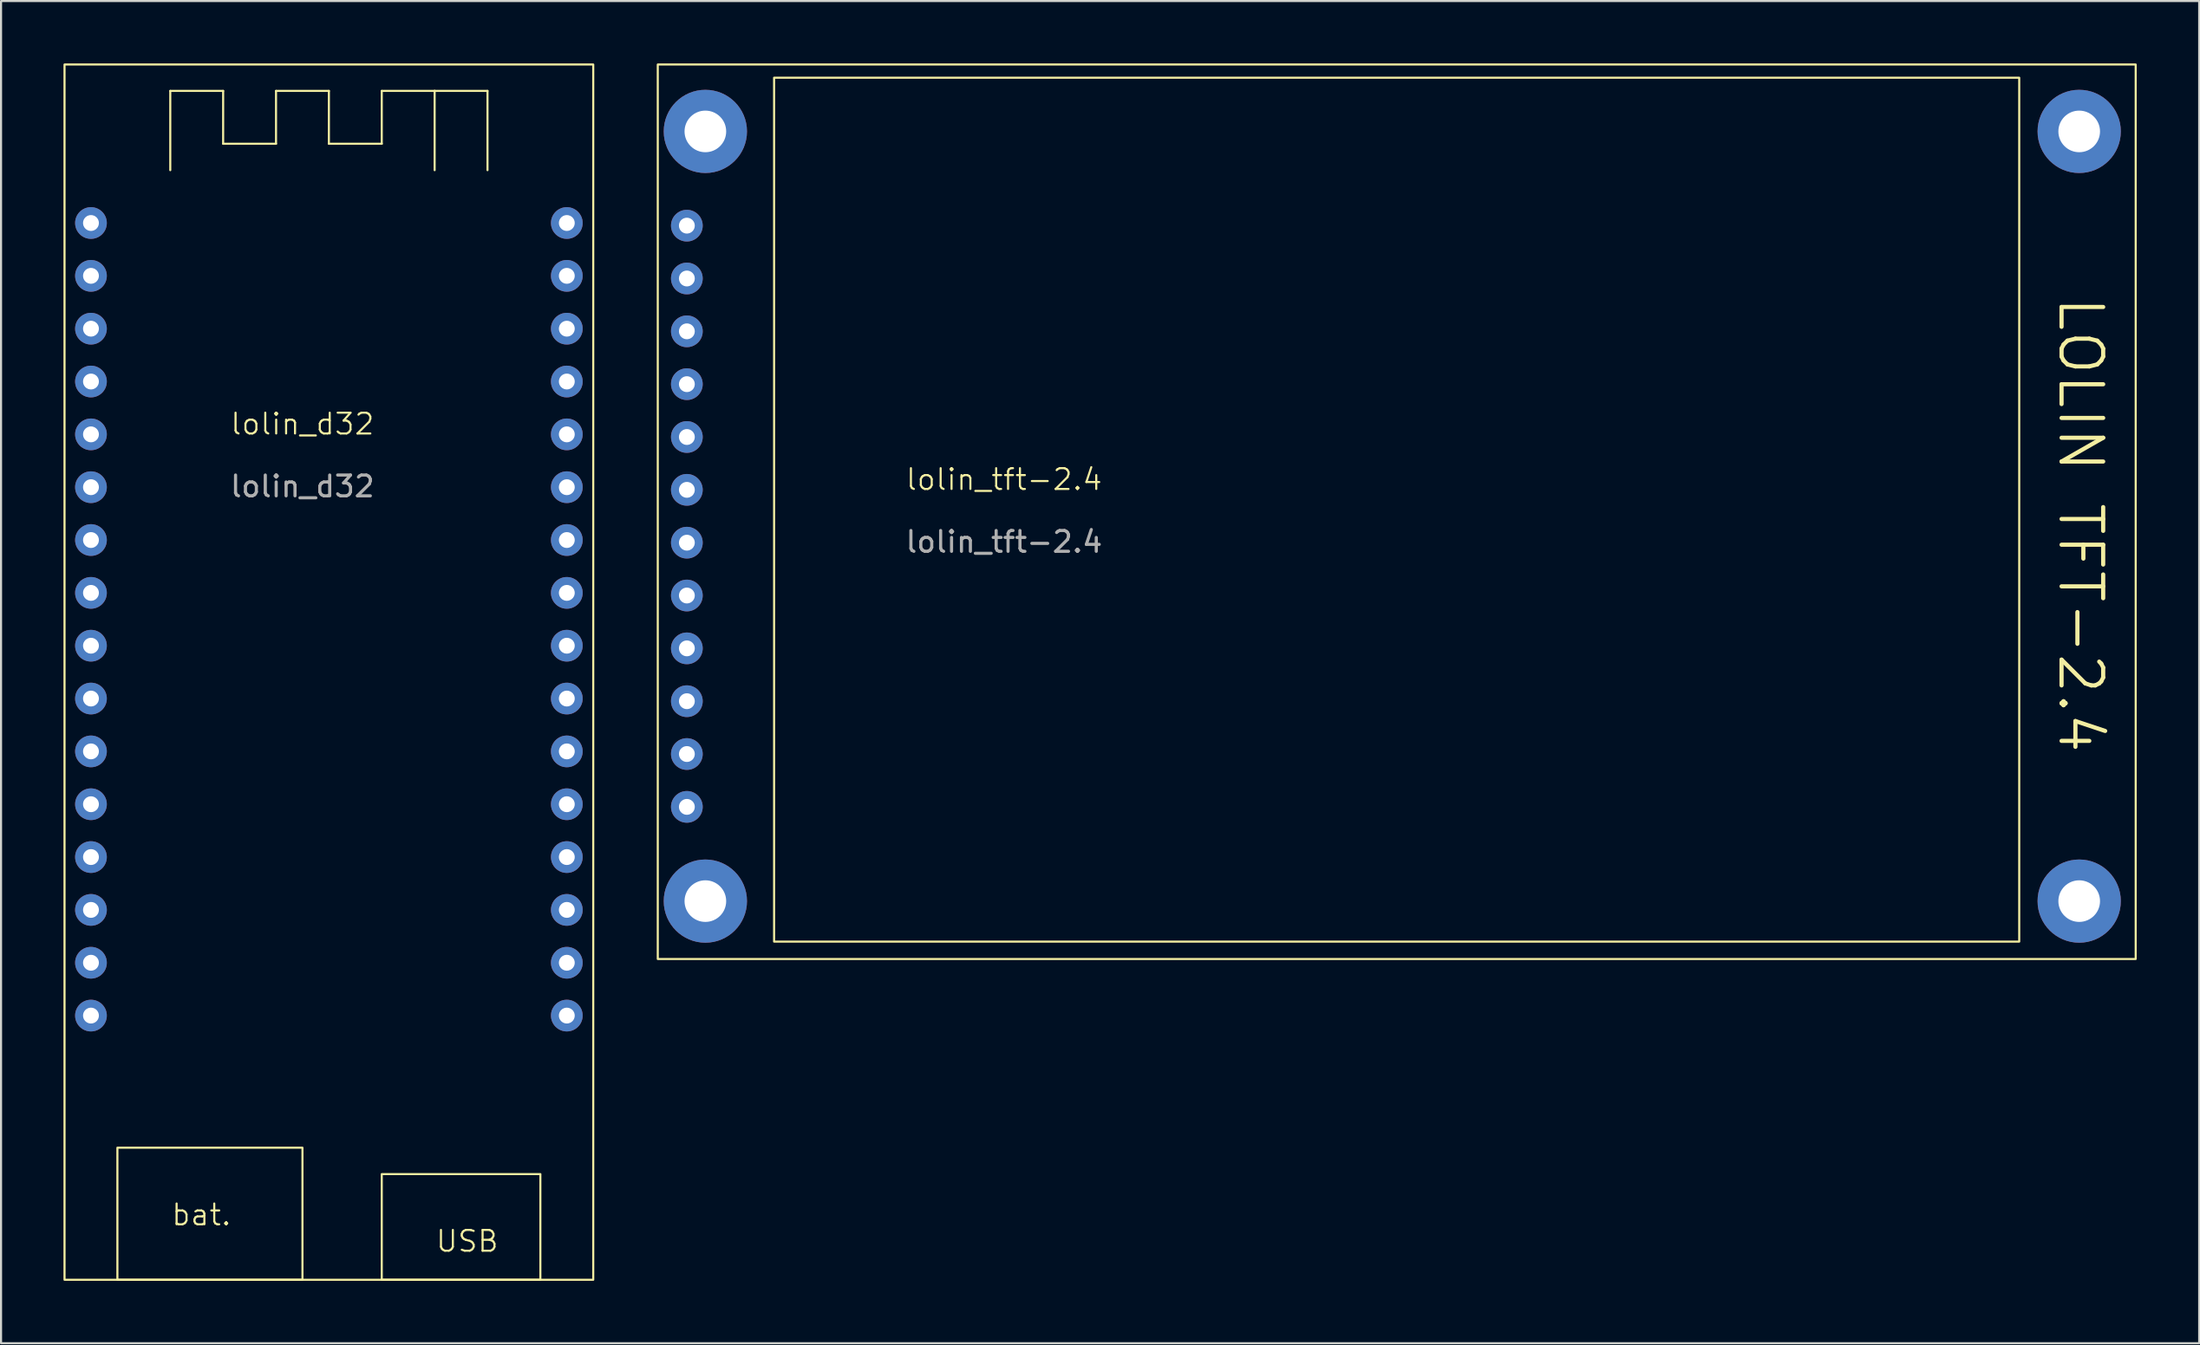
<source format=kicad_pcb>
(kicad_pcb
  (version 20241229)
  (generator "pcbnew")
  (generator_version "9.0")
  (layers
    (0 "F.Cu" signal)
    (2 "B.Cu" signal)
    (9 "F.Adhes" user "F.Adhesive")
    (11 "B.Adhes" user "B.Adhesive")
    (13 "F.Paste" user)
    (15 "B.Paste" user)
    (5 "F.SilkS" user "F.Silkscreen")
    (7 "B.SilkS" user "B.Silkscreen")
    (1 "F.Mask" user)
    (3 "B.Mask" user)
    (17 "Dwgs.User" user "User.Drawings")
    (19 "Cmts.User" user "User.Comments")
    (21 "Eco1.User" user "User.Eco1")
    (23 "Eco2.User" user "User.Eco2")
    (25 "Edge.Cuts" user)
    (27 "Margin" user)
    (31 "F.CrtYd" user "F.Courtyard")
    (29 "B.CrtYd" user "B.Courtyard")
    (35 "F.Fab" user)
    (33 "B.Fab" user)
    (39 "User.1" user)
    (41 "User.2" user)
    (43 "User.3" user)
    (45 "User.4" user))
  (footprint "lolin_d32"
    (layer "F.Cu")
    (at 11.48 17.83)
    (property "Reference" "lolin_d32" (at 0 -0.5 0) (unlocked yes) (layer "F.SilkS") (effects (font (size 1 1) (thickness 0.1))))
    (attr through_hole)
    (fp_line (start -6.35 -16.51) (end -6.35 -12.7) (stroke (width 0.1) (type default)) (layer "F.SilkS"))
    (fp_line (start -3.81 -16.51) (end -6.35 -16.51) (stroke (width 0.1) (type default)) (layer "F.SilkS"))
    (fp_line (start -3.81 -13.97) (end -3.81 -16.51) (stroke (width 0.1) (type default)) (layer "F.SilkS"))
    (fp_line (start -1.27 -16.51) (end -1.27 -13.97) (stroke (width 0.1) (type default)) (layer "F.SilkS"))
    (fp_line (start -1.27 -13.97) (end -3.81 -13.97) (stroke (width 0.1) (type default)) (layer "F.SilkS"))
    (fp_line (start 1.27 -16.51) (end -1.27 -16.51) (stroke (width 0.1) (type default)) (layer "F.SilkS"))
    (fp_line (start 1.27 -13.97) (end 1.27 -16.51) (stroke (width 0.1) (type default)) (layer "F.SilkS"))
    (fp_line (start 3.81 -16.51) (end 3.81 -13.97) (stroke (width 0.1) (type default)) (layer "F.SilkS"))
    (fp_line (start 3.81 -13.97) (end 1.27 -13.97) (stroke (width 0.1) (type default)) (layer "F.SilkS"))
    (fp_line (start 6.35 -16.51) (end 3.81 -16.51) (stroke (width 0.1) (type default)) (layer "F.SilkS"))
    (fp_line (start 6.35 -16.51) (end 8.89 -16.51) (stroke (width 0.1) (type default)) (layer "F.SilkS"))
    (fp_line (start 6.35 -12.7) (end 6.35 -16.51) (stroke (width 0.1) (type default)) (layer "F.SilkS"))
    (fp_line (start 8.89 -16.51) (end 8.89 -12.7) (stroke (width 0.1) (type default)) (layer "F.SilkS"))
    (fp_rect (start -11.43 -17.78) (end 13.97 40.64) (stroke (width 0.1) (type default)) (fill no) (layer "F.SilkS"))
    (fp_rect (start -8.89 34.29) (end 0 40.64) (stroke (width 0.1) (type default)) (fill no) (layer "F.SilkS"))
    (fp_rect (start 3.81 35.56) (end 11.43 40.64) (stroke (width 0.1) (type default)) (fill no) (layer "F.SilkS"))
    (fp_text user "USB" (at 6.35 39.37 0) (unlocked yes) (layer "F.SilkS") (effects (font (size 1 1) (thickness 0.1)) (justify left bottom)))
    (fp_text user "bat." (at -6.35 38.1 0) (unlocked yes) (layer "F.SilkS") (effects (font (size 1 1) (thickness 0.1)) (justify left bottom)))
    (fp_text user "${REFERENCE}" (at 0 2.5 0) (unlocked yes) (layer "F.Fab") (effects (font (size 1 1) (thickness 0.15))))
    (pad "A1" thru_hole circle (at -10.16 -10.16) (size 1.524 1.524) (drill 0.762) (layers "*.Cu" "*.Mask"))
    (pad "A2" thru_hole circle (at -10.16 -7.62) (size 1.524 1.524) (drill 0.762) (layers "*.Cu" "*.Mask"))
    (pad "A3" thru_hole circle (at -10.16 -5.08) (size 1.524 1.524) (drill 0.762) (layers "*.Cu" "*.Mask"))
    (pad "A4" thru_hole circle (at -10.16 -2.54) (size 1.524 1.524) (drill 0.762) (layers "*.Cu" "*.Mask"))
    (pad "A5" thru_hole circle (at -10.16 0) (size 1.524 1.524) (drill 0.762) (layers "*.Cu" "*.Mask"))
    (pad "A6" thru_hole circle (at -10.16 2.54) (size 1.524 1.524) (drill 0.762) (layers "*.Cu" "*.Mask"))
    (pad "A7" thru_hole circle (at -10.16 5.08) (size 1.524 1.524) (drill 0.762) (layers "*.Cu" "*.Mask"))
    (pad "A8" thru_hole circle (at -10.16 7.62) (size 1.524 1.524) (drill 0.762) (layers "*.Cu" "*.Mask"))
    (pad "A9" thru_hole circle (at -10.16 10.16) (size 1.524 1.524) (drill 0.762) (layers "*.Cu" "*.Mask"))
    (pad "A10" thru_hole circle (at -10.16 12.7) (size 1.524 1.524) (drill 0.762) (layers "*.Cu" "*.Mask"))
    (pad "A11" thru_hole circle (at -10.16 15.24) (size 1.524 1.524) (drill 0.762) (layers "*.Cu" "*.Mask"))
    (pad "A12" thru_hole circle (at -10.16 17.78) (size 1.524 1.524) (drill 0.762) (layers "*.Cu" "*.Mask"))
    (pad "A13" thru_hole circle (at -10.16 20.32) (size 1.524 1.524) (drill 0.762) (layers "*.Cu" "*.Mask"))
    (pad "A14" thru_hole circle (at -10.16 22.86) (size 1.524 1.524) (drill 0.762) (layers "*.Cu" "*.Mask"))
    (pad "A15" thru_hole circle (at -10.16 25.4) (size 1.524 1.524) (drill 0.762) (layers "*.Cu" "*.Mask"))
    (pad "A16" thru_hole circle (at -10.16 27.94) (size 1.524 1.524) (drill 0.762) (layers "*.Cu" "*.Mask"))
    (pad "B1" thru_hole circle (at 12.7 -10.16) (size 1.524 1.524) (drill 0.762) (layers "*.Cu" "*.Mask"))
    (pad "B2" thru_hole circle (at 12.7 -7.62) (size 1.524 1.524) (drill 0.762) (layers "*.Cu" "*.Mask"))
    (pad "B3" thru_hole circle (at 12.7 -5.08) (size 1.524 1.524) (drill 0.762) (layers "*.Cu" "*.Mask"))
    (pad "B4" thru_hole circle (at 12.7 -2.54) (size 1.524 1.524) (drill 0.762) (layers "*.Cu" "*.Mask"))
    (pad "B5" thru_hole circle (at 12.7 0) (size 1.524 1.524) (drill 0.762) (layers "*.Cu" "*.Mask"))
    (pad "B6" thru_hole circle (at 12.7 2.54) (size 1.524 1.524) (drill 0.762) (layers "*.Cu" "*.Mask"))
    (pad "B7" thru_hole circle (at 12.7 5.08) (size 1.524 1.524) (drill 0.762) (layers "*.Cu" "*.Mask"))
    (pad "B8" thru_hole circle (at 12.7 7.62) (size 1.524 1.524) (drill 0.762) (layers "*.Cu" "*.Mask"))
    (pad "B9" thru_hole circle (at 12.7 10.16) (size 1.524 1.524) (drill 0.762) (layers "*.Cu" "*.Mask"))
    (pad "B10" thru_hole circle (at 12.7 12.7) (size 1.524 1.524) (drill 0.762) (layers "*.Cu" "*.Mask"))
    (pad "B11" thru_hole circle (at 12.7 15.24) (size 1.524 1.524) (drill 0.762) (layers "*.Cu" "*.Mask"))
    (pad "B12" thru_hole circle (at 12.7 17.78) (size 1.524 1.524) (drill 0.762) (layers "*.Cu" "*.Mask"))
    (pad "B13" thru_hole circle (at 12.7 20.32) (size 1.524 1.524) (drill 0.762) (layers "*.Cu" "*.Mask"))
    (pad "B14" thru_hole circle (at 12.7 22.86) (size 1.524 1.524) (drill 0.762) (layers "*.Cu" "*.Mask"))
    (pad "B15" thru_hole circle (at 12.7 25.4) (size 1.524 1.524) (drill 0.762) (layers "*.Cu" "*.Mask"))
    (pad "B16" thru_hole circle (at 12.7 27.94) (size 1.524 1.524) (drill 0.762) (layers "*.Cu" "*.Mask")))
  (footprint "lolin_tft-2.4"
    (layer "F.Cu")
    (at 45.187 20.497)
    (property "Reference" "lolin_tft-2.4" (at 0 -0.5 0) (unlocked yes) (layer "F.SilkS") (effects (font (size 1 1) (thickness 0.1))))
    (attr through_hole)
    (fp_rect (start -16.637 -20.447) (end 54.363 22.553) (stroke (width 0.1) (type default)) (fill no) (layer "F.SilkS"))
    (fp_rect (start -11.049 -19.812) (end 48.768 21.717) (stroke (width 0.1) (type default)) (fill no) (layer "F.SilkS"))
    (fp_text user "LOLIN TFT-2.4" (at 50.546 -9.398 270) (unlocked yes) (layer "F.SilkS") (effects (font (size 2 2) (thickness 0.2)) (justify left bottom)))
    (fp_text user "${REFERENCE}" (at 0 2.5 0) (unlocked yes) (layer "F.Fab") (effects (font (size 1 1) (thickness 0.15))))
    (pad "" np_thru_hole circle (at -14.351 -17.23) (size 4 4) (drill 2) (layers "*.Cu" "*.Mask"))
    (pad "" np_thru_hole circle (at -14.351 19.77) (size 4 4) (drill 2) (layers "*.Cu" "*.Mask"))
    (pad "" np_thru_hole circle (at 51.649 -17.23) (size 4 4) (drill 2) (layers "*.Cu" "*.Mask"))
    (pad "" np_thru_hole circle (at 51.649 19.77) (size 4 4) (drill 2) (layers "*.Cu" "*.Mask"))
    (pad "1" thru_hole circle (at -15.24 15.24) (size 1.524 1.524) (drill 0.762) (layers "*.Cu" "*.Mask"))
    (pad "2" thru_hole circle (at -15.24 12.7) (size 1.524 1.524) (drill 0.762) (layers "*.Cu" "*.Mask"))
    (pad "3" thru_hole circle (at -15.24 10.16 270) (size 1.524 1.524) (drill 0.762) (layers "*.Cu" "*.Mask"))
    (pad "4" thru_hole circle (at -15.24 7.62) (size 1.524 1.524) (drill 0.762) (layers "*.Cu" "*.Mask"))
    (pad "5" thru_hole circle (at -15.24 5.08) (size 1.524 1.524) (drill 0.762) (layers "*.Cu" "*.Mask"))
    (pad "6" thru_hole circle (at -15.24 2.54) (size 1.524 1.524) (drill 0.762) (layers "*.Cu" "*.Mask"))
    (pad "7" thru_hole circle (at -15.24 0) (size 1.524 1.524) (drill 0.762) (layers "*.Cu" "*.Mask"))
    (pad "8" thru_hole circle (at -15.24 -2.54) (size 1.524 1.524) (drill 0.762) (layers "*.Cu" "*.Mask"))
    (pad "9" thru_hole circle (at -15.24 -5.08) (size 1.524 1.524) (drill 0.762) (layers "*.Cu" "*.Mask"))
    (pad "10" thru_hole circle (at -15.24 -7.62) (size 1.524 1.524) (drill 0.762) (layers "*.Cu" "*.Mask"))
    (pad "11" thru_hole circle (at -15.24 -10.16) (size 1.524 1.524) (drill 0.762) (layers "*.Cu" "*.Mask"))
    (pad "12" thru_hole circle (at -15.24 -12.7) (size 1.524 1.524) (drill 0.762) (layers "*.Cu" "*.Mask")))
  (gr_rect
    (start -3 -3)
    (end 102.6 61.52)
    (stroke (width 0.1) (type default))
    (fill no)
    (layer "Edge.Cuts")))
</source>
